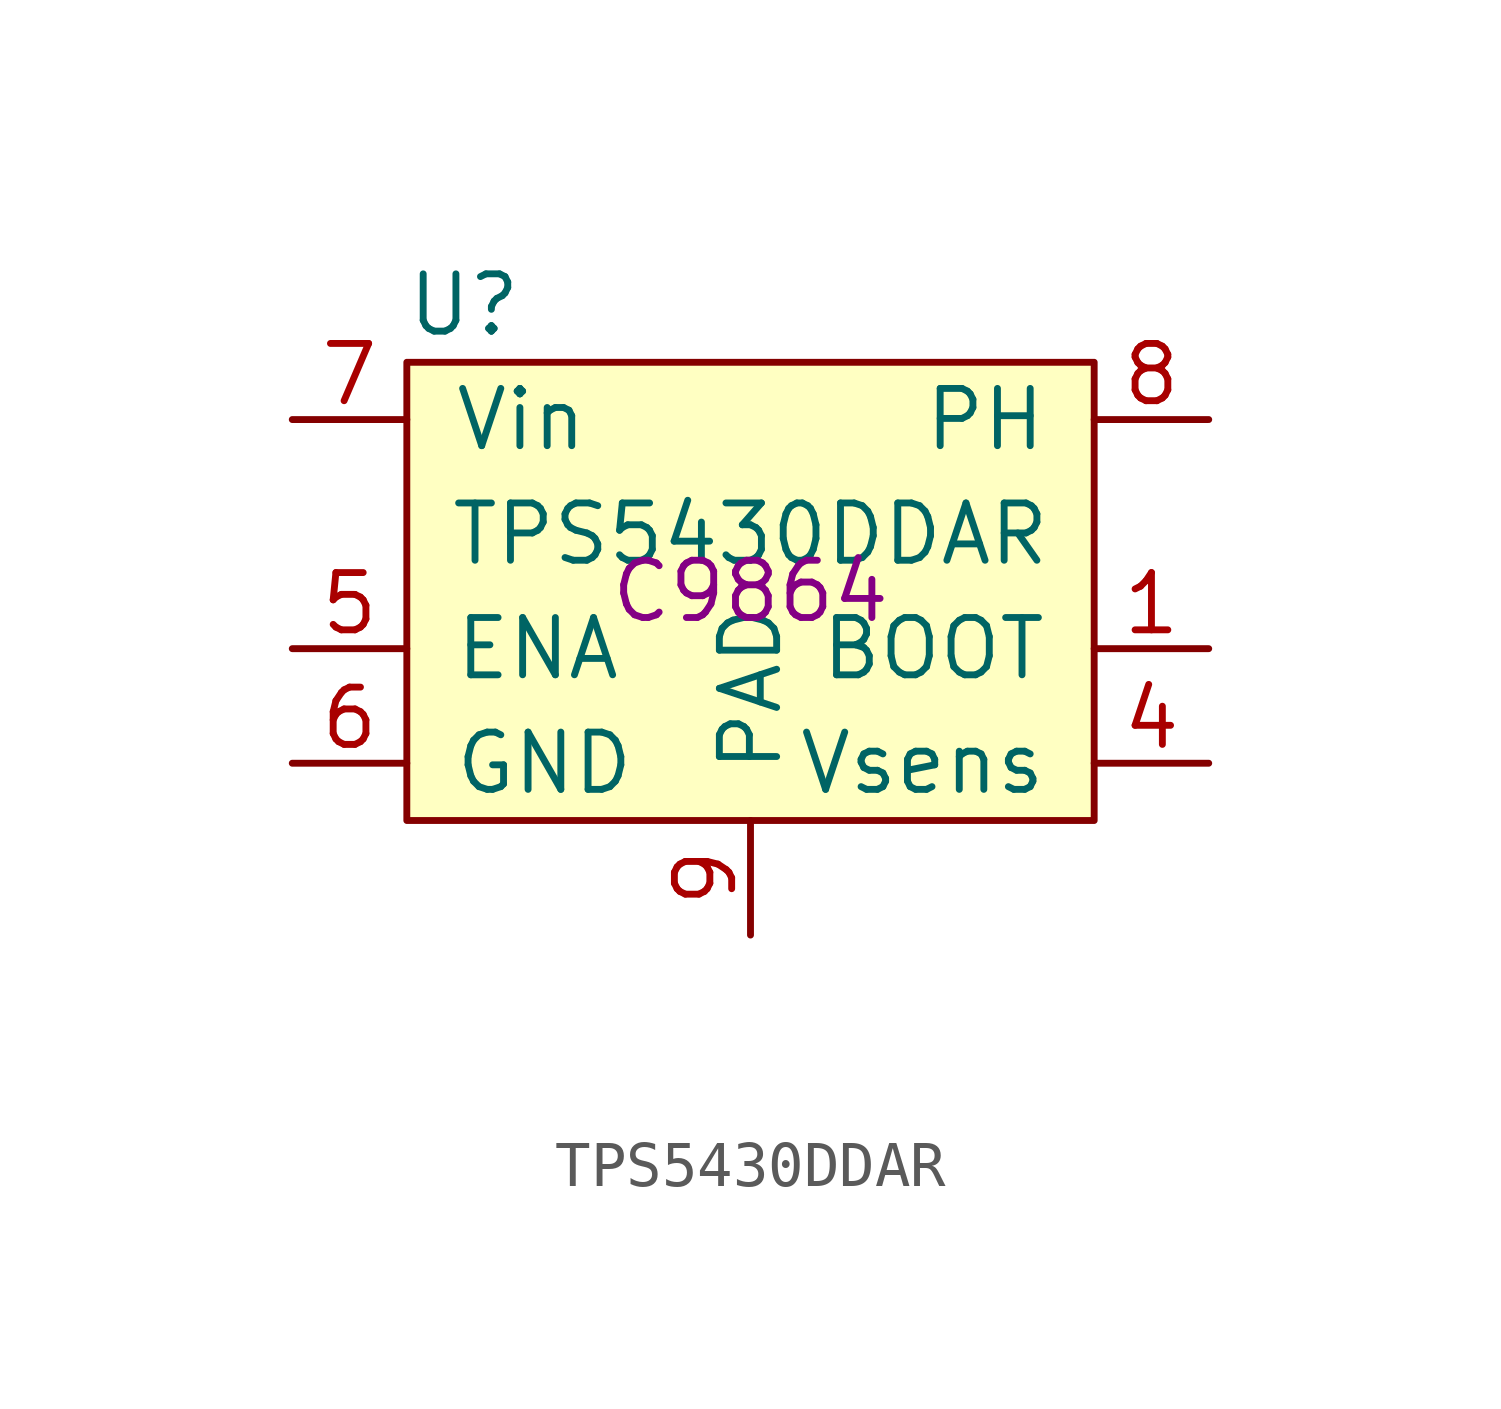
<source format=kicad_sym>
(kicad_symbol_lib
  (version 20211014)
  (generator kicad_symbol_editor)
  (symbol "TPS5430DDAR"
    (pin_names
      (offset 1.016))
    (property "Reference" "U"
      (at -6.35 6.35 0)
      (effects (font (size 1.27 1.27))))
    (property "Value" "TPS5430DDAR"
      (at 0 1.27 0)
      (effects (font (size 1.27 1.27))))
    (property "LCSC" "C9864"
      (at 0 0 0)
      (effects (font (size 1.27 1.27))))
    (symbol "TPS5430DDAR_0_1"
      (rectangle (start 7.62 -5.08) (end -7.62 5.08) (stroke (width 0) (type default) (color 0 0 0 0)) (fill (type background))))
    (symbol "TPS5430DDAR_1_1"
      (pin input line (at 10.16 -1.27 180) (length 2.54) (name "BOOT" (effects (font (size 1.27 1.27)))) (number "1" (effects (font (size 1.27 1.27)))))
      (pin no_connect line (at 1.27 -7.62 0) (length 2.54) hide (name "NC" (effects (font (size 1.27 1.27)))) (number "2" (effects (font (size 1.27 1.27)))))
      (pin no_connect line (at 1.27 -10.16 0) (length 2.54) hide (name "NC" (effects (font (size 1.27 1.27)))) (number "3" (effects (font (size 1.27 1.27)))))
      (pin input line (at 10.16 -3.81 180) (length 2.54) (name "Vsens" (effects (font (size 1.27 1.27)))) (number "4" (effects (font (size 1.27 1.27)))))
      (pin input line (at -10.16 -1.27 0) (length 2.54) (name "ENA" (effects (font (size 1.27 1.27)))) (number "5" (effects (font (size 1.27 1.27)))))
      (pin passive line (at -10.16 -3.81 0) (length 2.54) (name "GND" (effects (font (size 1.27 1.27)))) (number "6" (effects (font (size 1.27 1.27)))))
      (pin power_in line (at -10.16 3.81 0) (length 2.54) (name "Vin" (effects (font (size 1.27 1.27)))) (number "7" (effects (font (size 1.27 1.27)))))
      (pin power_out line (at 10.16 3.81 180) (length 2.54) (name "PH" (effects (font (size 1.27 1.27)))) (number "8" (effects (font (size 1.27 1.27)))))
      (pin passive line (at 0 -7.62 90) (length 2.54) (name "PAD" (effects (font (size 1.27 1.27)))) (number "9" (effects (font (size 1.27 1.27))))))))
</source>
